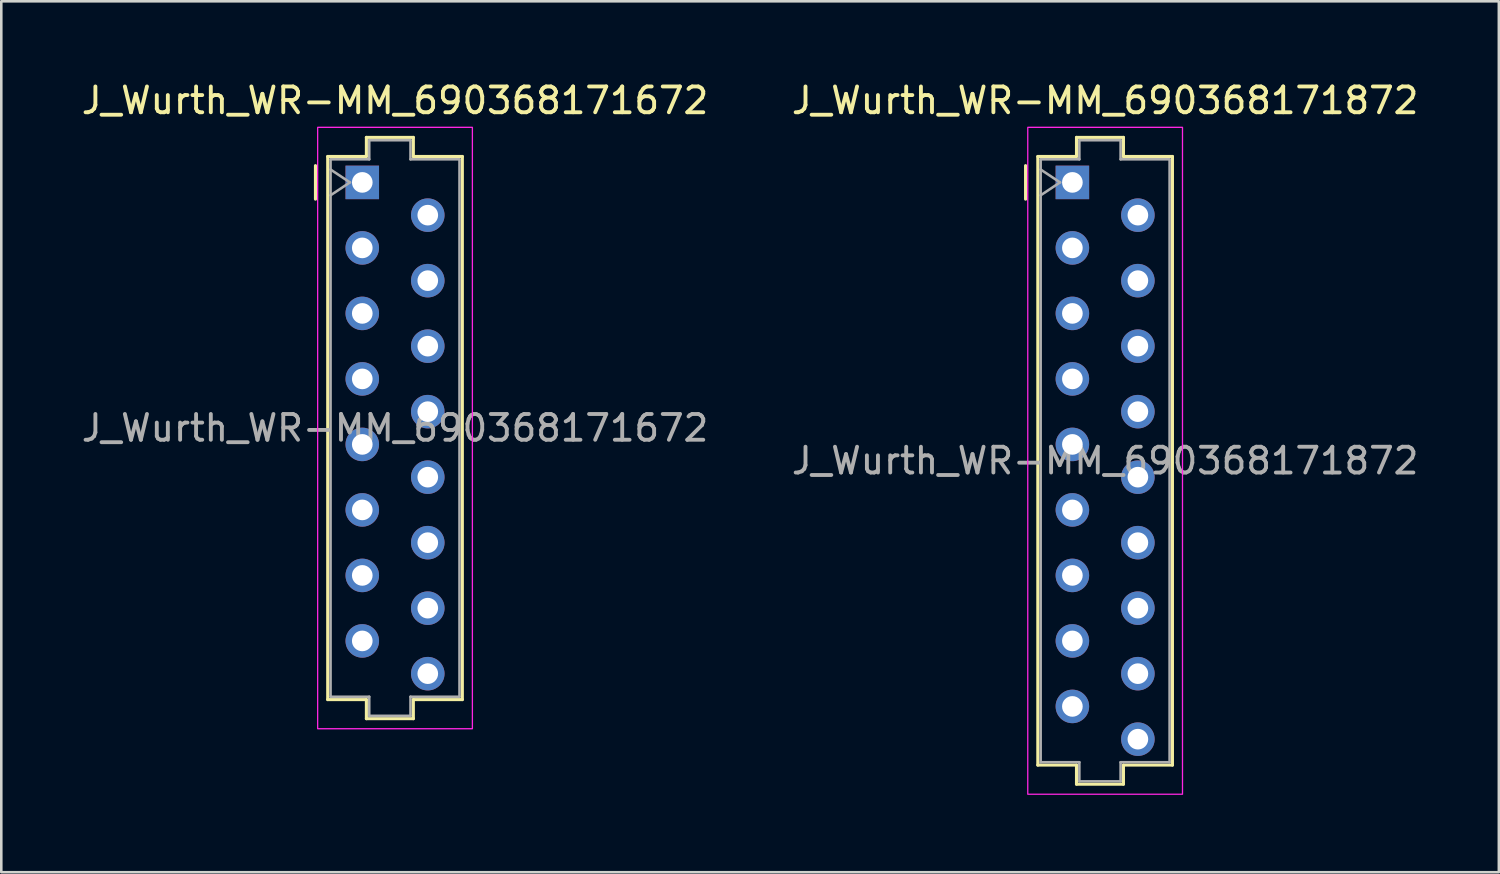
<source format=kicad_pcb>
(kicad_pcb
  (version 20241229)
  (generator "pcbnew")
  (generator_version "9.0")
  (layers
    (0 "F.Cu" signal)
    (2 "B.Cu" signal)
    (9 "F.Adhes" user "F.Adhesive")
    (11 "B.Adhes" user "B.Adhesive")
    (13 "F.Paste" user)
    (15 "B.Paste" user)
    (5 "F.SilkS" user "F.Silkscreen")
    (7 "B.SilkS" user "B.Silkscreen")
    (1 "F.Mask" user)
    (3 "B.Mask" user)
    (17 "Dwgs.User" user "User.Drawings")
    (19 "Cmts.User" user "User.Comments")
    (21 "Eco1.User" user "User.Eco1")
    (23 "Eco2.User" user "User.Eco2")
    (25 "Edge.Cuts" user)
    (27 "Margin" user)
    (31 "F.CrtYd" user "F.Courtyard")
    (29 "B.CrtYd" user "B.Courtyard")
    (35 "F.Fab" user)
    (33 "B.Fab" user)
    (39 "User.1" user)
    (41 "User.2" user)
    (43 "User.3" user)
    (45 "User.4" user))
  (footprint "J_Wurth_WR-MM_690368171672"
    (layer "F.Cu")
    (at 10.998 4.023)
    (property "Reference" "J_Wurth_WR-MM_690368171672" (at 1.27 -3.175 0) (unlocked yes) (layer "F.SilkS") (effects (font (size 1 1) (thickness 0.15))))
    (attr through_hole)
    (fp_line (start -1.815 0.65) (end -1.815 -0.65) (stroke (width 0.12) (type solid)) (layer "F.SilkS"))
    (fp_line (start -1.34 20.055) (end -1.34 -1.005) (stroke (width 0.12) (type solid)) (layer "F.SilkS"))
    (fp_line (start 0.16 -1.005) (end -1.34 -1.005) (stroke (width 0.12) (type solid)) (layer "F.SilkS"))
    (fp_line (start 0.16 -1.005) (end 0.16 -1.745) (stroke (width 0.12) (type solid)) (layer "F.SilkS"))
    (fp_line (start 0.16 20.055) (end -1.34 20.055) (stroke (width 0.12) (type solid)) (layer "F.SilkS"))
    (fp_line (start 0.16 20.055) (end 0.16 20.795) (stroke (width 0.12) (type solid)) (layer "F.SilkS"))
    (fp_line (start 1.98 -1.745) (end 0.16 -1.745) (stroke (width 0.12) (type solid)) (layer "F.SilkS"))
    (fp_line (start 1.98 -1.005) (end 1.98 -1.745) (stroke (width 0.12) (type solid)) (layer "F.SilkS"))
    (fp_line (start 1.98 20.055) (end 1.98 20.795) (stroke (width 0.12) (type solid)) (layer "F.SilkS"))
    (fp_line (start 1.98 20.795) (end 0.16 20.795) (stroke (width 0.12) (type solid)) (layer "F.SilkS"))
    (fp_line (start 3.88 -1.005) (end 1.98 -1.005) (stroke (width 0.12) (type solid)) (layer "F.SilkS"))
    (fp_line (start 3.88 20.055) (end 1.98 20.055) (stroke (width 0.12) (type solid)) (layer "F.SilkS"))
    (fp_line (start 3.88 20.055) (end 3.88 -1.005) (stroke (width 0.12) (type solid)) (layer "F.SilkS"))
    (fp_rect (start -1.73 -2.135) (end 4.27 21.185) (stroke (width 0.05) (type solid)) (fill no) (layer "F.CrtYd"))
    (fp_line (start -1.23 19.945) (end -1.23 -0.895) (stroke (width 0.1) (type solid)) (layer "F.Fab"))
    (fp_line (start -0.48 0) (end -1.23 -0.5) (stroke (width 0.1) (type solid)) (layer "F.Fab"))
    (fp_line (start -0.48 0) (end -1.23 0.5) (stroke (width 0.1) (type solid)) (layer "F.Fab"))
    (fp_line (start 0.27 -1.635) (end 1.87 -1.635) (stroke (width 0.1) (type solid)) (layer "F.Fab"))
    (fp_line (start 0.27 -0.895) (end -1.23 -0.895) (stroke (width 0.1) (type solid)) (layer "F.Fab"))
    (fp_line (start 0.27 -0.895) (end 0.27 -1.635) (stroke (width 0.1) (type solid)) (layer "F.Fab"))
    (fp_line (start 0.27 19.945) (end -1.23 19.945) (stroke (width 0.1) (type solid)) (layer "F.Fab"))
    (fp_line (start 0.27 19.945) (end 0.27 20.685) (stroke (width 0.1) (type solid)) (layer "F.Fab"))
    (fp_line (start 0.27 20.685) (end 1.87 20.685) (stroke (width 0.1) (type solid)) (layer "F.Fab"))
    (fp_line (start 1.87 -0.895) (end 1.87 -1.635) (stroke (width 0.1) (type solid)) (layer "F.Fab"))
    (fp_line (start 1.87 -0.895) (end 3.77 -0.895) (stroke (width 0.1) (type solid)) (layer "F.Fab"))
    (fp_line (start 1.87 19.945) (end 1.87 20.685) (stroke (width 0.1) (type solid)) (layer "F.Fab"))
    (fp_line (start 1.87 19.945) (end 3.77 19.945) (stroke (width 0.1) (type solid)) (layer "F.Fab"))
    (fp_line (start 3.77 19.945) (end 3.77 -0.895) (stroke (width 0.1) (type solid)) (layer "F.Fab"))
    (fp_text user "${REFERENCE}" (at 1.27 9.525 0) (unlocked yes) (layer "F.Fab") (effects (font (size 1 1) (thickness 0.15))))
    (pad "1" thru_hole rect (at 0 0 90) (size 1.3 1.3) (drill 0.8) (layers "*.Cu" "*.Mask"))
    (pad "2" thru_hole circle (at 2.54 1.27 90) (size 1.3 1.3) (drill 0.8) (layers "*.Cu" "*.Mask"))
    (pad "3" thru_hole circle (at 0 2.54 90) (size 1.3 1.3) (drill 0.8) (layers "*.Cu" "*.Mask"))
    (pad "4" thru_hole circle (at 2.54 3.81 90) (size 1.3 1.3) (drill 0.8) (layers "*.Cu" "*.Mask"))
    (pad "5" thru_hole circle (at 0 5.08 90) (size 1.3 1.3) (drill 0.8) (layers "*.Cu" "*.Mask"))
    (pad "6" thru_hole circle (at 2.54 6.35 90) (size 1.3 1.3) (drill 0.8) (layers "*.Cu" "*.Mask"))
    (pad "7" thru_hole circle (at 0 7.62 90) (size 1.3 1.3) (drill 0.8) (layers "*.Cu" "*.Mask"))
    (pad "8" thru_hole circle (at 2.54 8.89 90) (size 1.3 1.3) (drill 0.8) (layers "*.Cu" "*.Mask"))
    (pad "9" thru_hole circle (at 0 10.16 90) (size 1.3 1.3) (drill 0.8) (layers "*.Cu" "*.Mask"))
    (pad "10" thru_hole circle (at 2.54 11.43 90) (size 1.3 1.3) (drill 0.8) (layers "*.Cu" "*.Mask"))
    (pad "11" thru_hole circle (at 0 12.7 90) (size 1.3 1.3) (drill 0.8) (layers "*.Cu" "*.Mask"))
    (pad "12" thru_hole circle (at 2.54 13.97 90) (size 1.3 1.3) (drill 0.8) (layers "*.Cu" "*.Mask"))
    (pad "13" thru_hole circle (at 0 15.24 90) (size 1.3 1.3) (drill 0.8) (layers "*.Cu" "*.Mask"))
    (pad "14" thru_hole circle (at 2.54 16.51 90) (size 1.3 1.3) (drill 0.8) (layers "*.Cu" "*.Mask"))
    (pad "15" thru_hole circle (at 0 17.78 90) (size 1.3 1.3) (drill 0.8) (layers "*.Cu" "*.Mask"))
    (pad "16" thru_hole circle (at 2.54 19.05 90) (size 1.3 1.3) (drill 0.8) (layers "*.Cu" "*.Mask")))
  (footprint "J_Wurth_WR-MM_690368171872"
    (layer "F.Cu")
    (at 38.534 4.023)
    (property "Reference" "J_Wurth_WR-MM_690368171872" (at 1.27 -3.175 0) (unlocked yes) (layer "F.SilkS") (effects (font (size 1 1) (thickness 0.15))))
    (attr through_hole)
    (fp_line (start -1.815 0.65) (end -1.815 -0.65) (stroke (width 0.12) (type solid)) (layer "F.SilkS"))
    (fp_line (start -1.34 22.595) (end -1.34 -1.005) (stroke (width 0.12) (type solid)) (layer "F.SilkS"))
    (fp_line (start 0.16 -1.005) (end -1.34 -1.005) (stroke (width 0.12) (type solid)) (layer "F.SilkS"))
    (fp_line (start 0.16 -1.005) (end 0.16 -1.745) (stroke (width 0.12) (type solid)) (layer "F.SilkS"))
    (fp_line (start 0.16 22.595) (end -1.34 22.595) (stroke (width 0.12) (type solid)) (layer "F.SilkS"))
    (fp_line (start 0.16 22.595) (end 0.16 23.335) (stroke (width 0.12) (type solid)) (layer "F.SilkS"))
    (fp_line (start 1.98 -1.745) (end 0.16 -1.745) (stroke (width 0.12) (type solid)) (layer "F.SilkS"))
    (fp_line (start 1.98 -1.005) (end 1.98 -1.745) (stroke (width 0.12) (type solid)) (layer "F.SilkS"))
    (fp_line (start 1.98 22.595) (end 1.98 23.335) (stroke (width 0.12) (type solid)) (layer "F.SilkS"))
    (fp_line (start 1.98 23.335) (end 0.16 23.335) (stroke (width 0.12) (type solid)) (layer "F.SilkS"))
    (fp_line (start 3.88 -1.005) (end 1.98 -1.005) (stroke (width 0.12) (type solid)) (layer "F.SilkS"))
    (fp_line (start 3.88 22.595) (end 1.98 22.595) (stroke (width 0.12) (type solid)) (layer "F.SilkS"))
    (fp_line (start 3.88 22.595) (end 3.88 -1.005) (stroke (width 0.12) (type solid)) (layer "F.SilkS"))
    (fp_rect (start -1.73 -2.135) (end 4.27 23.725) (stroke (width 0.05) (type solid)) (fill no) (layer "F.CrtYd"))
    (fp_line (start -1.23 22.485) (end -1.23 -0.895) (stroke (width 0.1) (type solid)) (layer "F.Fab"))
    (fp_line (start -0.48 0) (end -1.23 -0.5) (stroke (width 0.1) (type solid)) (layer "F.Fab"))
    (fp_line (start -0.48 0) (end -1.23 0.5) (stroke (width 0.1) (type solid)) (layer "F.Fab"))
    (fp_line (start 0.27 -1.635) (end 1.87 -1.635) (stroke (width 0.1) (type solid)) (layer "F.Fab"))
    (fp_line (start 0.27 -0.895) (end -1.23 -0.895) (stroke (width 0.1) (type solid)) (layer "F.Fab"))
    (fp_line (start 0.27 -0.895) (end 0.27 -1.635) (stroke (width 0.1) (type solid)) (layer "F.Fab"))
    (fp_line (start 0.27 22.485) (end -1.23 22.485) (stroke (width 0.1) (type solid)) (layer "F.Fab"))
    (fp_line (start 0.27 22.485) (end 0.27 23.225) (stroke (width 0.1) (type solid)) (layer "F.Fab"))
    (fp_line (start 0.27 23.225) (end 1.87 23.225) (stroke (width 0.1) (type solid)) (layer "F.Fab"))
    (fp_line (start 1.87 -0.895) (end 1.87 -1.635) (stroke (width 0.1) (type solid)) (layer "F.Fab"))
    (fp_line (start 1.87 -0.895) (end 3.77 -0.895) (stroke (width 0.1) (type solid)) (layer "F.Fab"))
    (fp_line (start 1.87 22.485) (end 1.87 23.225) (stroke (width 0.1) (type solid)) (layer "F.Fab"))
    (fp_line (start 1.87 22.485) (end 3.77 22.485) (stroke (width 0.1) (type solid)) (layer "F.Fab"))
    (fp_line (start 3.77 22.485) (end 3.77 -0.895) (stroke (width 0.1) (type solid)) (layer "F.Fab"))
    (fp_text user "${REFERENCE}" (at 1.27 10.795 0) (unlocked yes) (layer "F.Fab") (effects (font (size 1 1) (thickness 0.15))))
    (pad "1" thru_hole rect (at 0 0 90) (size 1.3 1.3) (drill 0.8) (layers "*.Cu" "*.Mask"))
    (pad "2" thru_hole circle (at 2.54 1.27 90) (size 1.3 1.3) (drill 0.8) (layers "*.Cu" "*.Mask"))
    (pad "3" thru_hole circle (at 0 2.54 90) (size 1.3 1.3) (drill 0.8) (layers "*.Cu" "*.Mask"))
    (pad "4" thru_hole circle (at 2.54 3.81 90) (size 1.3 1.3) (drill 0.8) (layers "*.Cu" "*.Mask"))
    (pad "5" thru_hole circle (at 0 5.08 90) (size 1.3 1.3) (drill 0.8) (layers "*.Cu" "*.Mask"))
    (pad "6" thru_hole circle (at 2.54 6.35 90) (size 1.3 1.3) (drill 0.8) (layers "*.Cu" "*.Mask"))
    (pad "7" thru_hole circle (at 0 7.62 90) (size 1.3 1.3) (drill 0.8) (layers "*.Cu" "*.Mask"))
    (pad "8" thru_hole circle (at 2.54 8.89 90) (size 1.3 1.3) (drill 0.8) (layers "*.Cu" "*.Mask"))
    (pad "9" thru_hole circle (at 0 10.16 90) (size 1.3 1.3) (drill 0.8) (layers "*.Cu" "*.Mask"))
    (pad "10" thru_hole circle (at 2.54 11.43 90) (size 1.3 1.3) (drill 0.8) (layers "*.Cu" "*.Mask"))
    (pad "11" thru_hole circle (at 0 12.7 90) (size 1.3 1.3) (drill 0.8) (layers "*.Cu" "*.Mask"))
    (pad "12" thru_hole circle (at 2.54 13.97 90) (size 1.3 1.3) (drill 0.8) (layers "*.Cu" "*.Mask"))
    (pad "13" thru_hole circle (at 0 15.24 90) (size 1.3 1.3) (drill 0.8) (layers "*.Cu" "*.Mask"))
    (pad "14" thru_hole circle (at 2.54 16.51 90) (size 1.3 1.3) (drill 0.8) (layers "*.Cu" "*.Mask"))
    (pad "15" thru_hole circle (at 0 17.78 90) (size 1.3 1.3) (drill 0.8) (layers "*.Cu" "*.Mask"))
    (pad "16" thru_hole circle (at 2.54 19.05 90) (size 1.3 1.3) (drill 0.8) (layers "*.Cu" "*.Mask"))
    (pad "17" thru_hole circle (at 0 20.32 90) (size 1.3 1.3) (drill 0.8) (layers "*.Cu" "*.Mask"))
    (pad "18" thru_hole circle (at 2.54 21.59 90) (size 1.3 1.3) (drill 0.8) (layers "*.Cu" "*.Mask")))
  (gr_rect
    (start -3 -3)
    (end 55.071 30.773)
    (stroke (width 0.1) (type default))
    (fill no)
    (layer "Edge.Cuts")))
</source>
